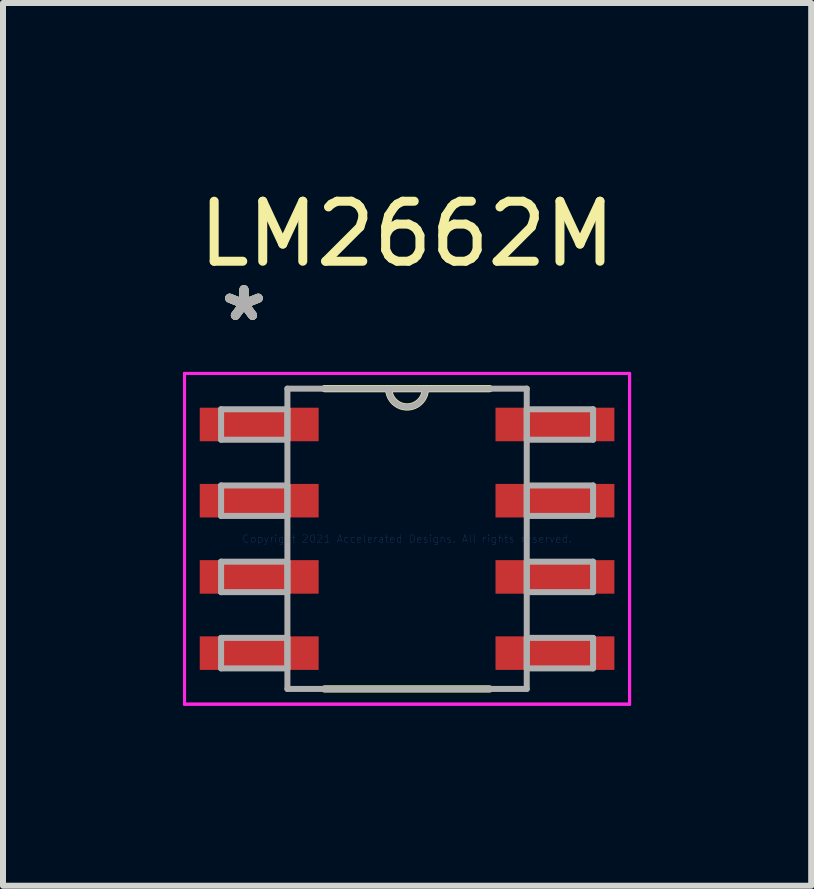
<source format=kicad_pcb>
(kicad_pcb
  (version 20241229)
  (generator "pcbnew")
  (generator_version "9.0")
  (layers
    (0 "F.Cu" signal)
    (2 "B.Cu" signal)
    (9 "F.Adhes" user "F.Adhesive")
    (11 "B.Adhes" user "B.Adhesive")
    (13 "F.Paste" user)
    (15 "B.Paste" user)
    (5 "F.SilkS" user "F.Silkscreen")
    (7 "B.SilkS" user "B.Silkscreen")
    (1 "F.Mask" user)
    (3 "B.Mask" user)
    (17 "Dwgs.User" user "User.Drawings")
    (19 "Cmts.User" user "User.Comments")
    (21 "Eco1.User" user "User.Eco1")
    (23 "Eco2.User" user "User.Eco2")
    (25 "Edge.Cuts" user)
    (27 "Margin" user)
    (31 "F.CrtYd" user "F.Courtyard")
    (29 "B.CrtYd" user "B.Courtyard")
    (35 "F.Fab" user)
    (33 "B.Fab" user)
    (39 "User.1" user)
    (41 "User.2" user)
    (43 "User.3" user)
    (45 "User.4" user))
  (footprint "LM2662M"
    (layer "F.Cu")
    (at 3.733 5.928)
    (property "Reference" "LM2662M" (at 0 -5.08 0) (layer "F.SilkS") (effects (font (size 1 1) (thickness 0.15))))
    (attr through_hole)
    (fp_line (start -1.374 2.502) (end 1.374 2.502) (stroke (width 0.12) (type solid)) (layer "F.SilkS"))
    (fp_line (start 1.374 -2.502) (end -1.374 -2.502) (stroke (width 0.12) (type solid)) (layer "F.SilkS"))
    (fp_arc (start 0.3048 -2.5019) (mid 0 -2.1971) (end -0.3048 -2.5019) (stroke (width 0.12) (type solid)) (layer "F.SilkS"))
    (fp_line (start -3.708 -2.756) (end 3.708 -2.756) (stroke (width 0.05) (type solid)) (layer "F.CrtYd"))
    (fp_line (start -3.708 -2.756) (end 3.708 -2.756) (stroke (width 0.05) (type solid)) (layer "F.CrtYd"))
    (fp_line (start -3.708 2.756) (end -3.708 -2.756) (stroke (width 0.05) (type solid)) (layer "F.CrtYd"))
    (fp_line (start -3.708 2.756) (end -3.708 -2.756) (stroke (width 0.05) (type solid)) (layer "F.CrtYd"))
    (fp_line (start 3.708 -2.756) (end 3.708 2.756) (stroke (width 0.05) (type solid)) (layer "F.CrtYd"))
    (fp_line (start 3.708 -2.756) (end 3.708 2.756) (stroke (width 0.05) (type solid)) (layer "F.CrtYd"))
    (fp_line (start 3.708 2.756) (end -3.708 2.756) (stroke (width 0.05) (type solid)) (layer "F.CrtYd"))
    (fp_line (start 3.708 2.756) (end -3.708 2.756) (stroke (width 0.05) (type solid)) (layer "F.CrtYd"))
    (fp_line (start -3.099 -2.159) (end -3.099 -1.651) (stroke (width 0.1) (type solid)) (layer "F.Fab"))
    (fp_line (start -3.099 -1.651) (end -1.994 -1.651) (stroke (width 0.1) (type solid)) (layer "F.Fab"))
    (fp_line (start -3.099 -0.889) (end -3.099 -0.381) (stroke (width 0.1) (type solid)) (layer "F.Fab"))
    (fp_line (start -3.099 -0.381) (end -1.994 -0.381) (stroke (width 0.1) (type solid)) (layer "F.Fab"))
    (fp_line (start -3.099 0.381) (end -3.099 0.889) (stroke (width 0.1) (type solid)) (layer "F.Fab"))
    (fp_line (start -3.099 0.889) (end -1.994 0.889) (stroke (width 0.1) (type solid)) (layer "F.Fab"))
    (fp_line (start -3.099 1.651) (end -3.099 2.159) (stroke (width 0.1) (type solid)) (layer "F.Fab"))
    (fp_line (start -3.099 2.159) (end -1.994 2.159) (stroke (width 0.1) (type solid)) (layer "F.Fab"))
    (fp_line (start -1.994 -2.502) (end -1.994 2.502) (stroke (width 0.1) (type solid)) (layer "F.Fab"))
    (fp_line (start -1.994 -2.159) (end -3.099 -2.159) (stroke (width 0.1) (type solid)) (layer "F.Fab"))
    (fp_line (start -1.994 -1.651) (end -1.994 -2.159) (stroke (width 0.1) (type solid)) (layer "F.Fab"))
    (fp_line (start -1.994 -0.889) (end -3.099 -0.889) (stroke (width 0.1) (type solid)) (layer "F.Fab"))
    (fp_line (start -1.994 -0.381) (end -1.994 -0.889) (stroke (width 0.1) (type solid)) (layer "F.Fab"))
    (fp_line (start -1.994 0.381) (end -3.099 0.381) (stroke (width 0.1) (type solid)) (layer "F.Fab"))
    (fp_line (start -1.994 0.889) (end -1.994 0.381) (stroke (width 0.1) (type solid)) (layer "F.Fab"))
    (fp_line (start -1.994 1.651) (end -3.099 1.651) (stroke (width 0.1) (type solid)) (layer "F.Fab"))
    (fp_line (start -1.994 2.159) (end -1.994 1.651) (stroke (width 0.1) (type solid)) (layer "F.Fab"))
    (fp_line (start -1.994 2.502) (end 1.994 2.502) (stroke (width 0.1) (type solid)) (layer "F.Fab"))
    (fp_line (start 1.994 -2.502) (end -1.994 -2.502) (stroke (width 0.1) (type solid)) (layer "F.Fab"))
    (fp_line (start 1.994 -2.159) (end 1.994 -1.651) (stroke (width 0.1) (type solid)) (layer "F.Fab"))
    (fp_line (start 1.994 -1.651) (end 3.099 -1.651) (stroke (width 0.1) (type solid)) (layer "F.Fab"))
    (fp_line (start 1.994 -0.889) (end 1.994 -0.381) (stroke (width 0.1) (type solid)) (layer "F.Fab"))
    (fp_line (start 1.994 -0.381) (end 3.099 -0.381) (stroke (width 0.1) (type solid)) (layer "F.Fab"))
    (fp_line (start 1.994 0.381) (end 1.994 0.889) (stroke (width 0.1) (type solid)) (layer "F.Fab"))
    (fp_line (start 1.994 0.889) (end 3.099 0.889) (stroke (width 0.1) (type solid)) (layer "F.Fab"))
    (fp_line (start 1.994 1.651) (end 1.994 2.159) (stroke (width 0.1) (type solid)) (layer "F.Fab"))
    (fp_line (start 1.994 2.159) (end 3.099 2.159) (stroke (width 0.1) (type solid)) (layer "F.Fab"))
    (fp_line (start 1.994 2.502) (end 1.994 -2.502) (stroke (width 0.1) (type solid)) (layer "F.Fab"))
    (fp_line (start 3.099 -2.159) (end 1.994 -2.159) (stroke (width 0.1) (type solid)) (layer "F.Fab"))
    (fp_line (start 3.099 -1.651) (end 3.099 -2.159) (stroke (width 0.1) (type solid)) (layer "F.Fab"))
    (fp_line (start 3.099 -0.889) (end 1.994 -0.889) (stroke (width 0.1) (type solid)) (layer "F.Fab"))
    (fp_line (start 3.099 -0.381) (end 3.099 -0.889) (stroke (width 0.1) (type solid)) (layer "F.Fab"))
    (fp_line (start 3.099 0.381) (end 1.994 0.381) (stroke (width 0.1) (type solid)) (layer "F.Fab"))
    (fp_line (start 3.099 0.889) (end 3.099 0.381) (stroke (width 0.1) (type solid)) (layer "F.Fab"))
    (fp_line (start 3.099 1.651) (end 1.994 1.651) (stroke (width 0.1) (type solid)) (layer "F.Fab"))
    (fp_line (start 3.099 2.159) (end 3.099 1.651) (stroke (width 0.1) (type solid)) (layer "F.Fab"))
    (fp_arc (start 0.3048 -2.5019) (mid 0 -2.1971) (end -0.3048 -2.5019) (stroke (width 0.1) (type solid)) (layer "F.Fab"))
    (fp_text user "*" (at -2.718 -3.607 0) (layer "F.SilkS") (effects (font (size 1 1) (thickness 0.15))))
    (fp_text user "*" (at -2.718 -3.607 0) (layer "F.SilkS") (effects (font (size 1 1) (thickness 0.15))))
    (fp_text user "Copyright 2021 Accelerated Designs. All rights reserved." (at 0 0 0) (layer "Cmts.User") (effects (font (size 0.127 0.127) (thickness 0.002))))
    (fp_text user "*" (at -2.718 -3.607 0) (layer "F.Fab") (effects (font (size 1 1) (thickness 0.15))))
    (fp_text user "*" (at -2.718 -3.607 0) (layer "F.Fab") (effects (font (size 1 1) (thickness 0.15))))
    (pad "1" smd rect (at -2.464 -1.905) (size 1.981 0.559) (layers "F.Cu" "F.Mask" "F.Paste"))
    (pad "2" smd rect (at -2.464 -0.635) (size 1.981 0.559) (layers "F.Cu" "F.Mask" "F.Paste"))
    (pad "3" smd rect (at -2.464 0.635) (size 1.981 0.559) (layers "F.Cu" "F.Mask" "F.Paste"))
    (pad "4" smd rect (at -2.464 1.905) (size 1.981 0.559) (layers "F.Cu" "F.Mask" "F.Paste"))
    (pad "5" smd rect (at 2.464 1.905) (size 1.981 0.559) (layers "F.Cu" "F.Mask" "F.Paste"))
    (pad "6" smd rect (at 2.464 0.635) (size 1.981 0.559) (layers "F.Cu" "F.Mask" "F.Paste"))
    (pad "7" smd rect (at 2.464 -0.635) (size 1.981 0.559) (layers "F.Cu" "F.Mask" "F.Paste"))
    (pad "8" smd rect (at 2.464 -1.905) (size 1.981 0.559) (layers "F.Cu" "F.Mask" "F.Paste")))
  (gr_rect
    (start -3 -3)
    (end 10.467 11.709)
    (stroke (width 0.1) (type default))
    (fill no)
    (layer "Edge.Cuts")))
</source>
